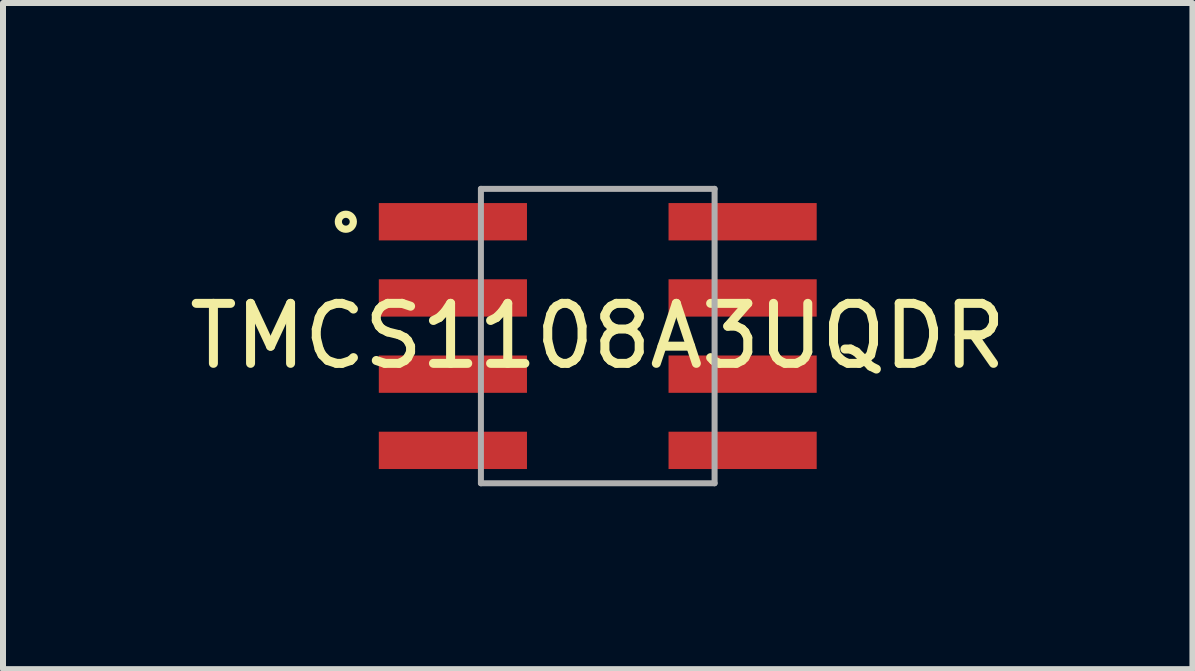
<source format=kicad_pcb>
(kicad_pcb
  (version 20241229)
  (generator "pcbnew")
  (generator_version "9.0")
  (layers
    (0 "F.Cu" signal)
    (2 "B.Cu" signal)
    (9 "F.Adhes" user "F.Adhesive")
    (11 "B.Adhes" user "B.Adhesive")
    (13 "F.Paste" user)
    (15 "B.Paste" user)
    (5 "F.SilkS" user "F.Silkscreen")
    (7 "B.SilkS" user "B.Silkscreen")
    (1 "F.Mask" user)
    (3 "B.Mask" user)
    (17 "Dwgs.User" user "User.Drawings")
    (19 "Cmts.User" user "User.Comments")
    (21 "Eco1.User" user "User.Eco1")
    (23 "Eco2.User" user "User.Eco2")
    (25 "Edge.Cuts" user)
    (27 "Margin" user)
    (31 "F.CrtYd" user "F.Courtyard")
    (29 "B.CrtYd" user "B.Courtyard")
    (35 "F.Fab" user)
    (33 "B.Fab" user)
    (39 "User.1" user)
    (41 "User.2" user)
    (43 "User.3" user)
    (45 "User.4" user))
  (footprint "TMCS1108A3UQDR"
    (layer "F.Cu")
    (at 6.911 2.55)
    (property "Reference" "TMCS1108A3UQDR" (at 0 0 0) (layer "F.SilkS") (effects (font (size 1 1) (thickness 0.15))))
    (attr through_hole)
    (fp_circle (center -4.198 -1.905) (end -4.073 -1.905) (stroke (width 0.12) (type solid)) (fill no) (layer "F.SilkS"))
    (fp_rect (start -3.7 -2.5) (end 3.7 2.5) (stroke (width 0.1) (type solid)) (fill no) (layer "Margin"))
    (fp_line (start -1.947 -2.453) (end 1.947 -2.453) (stroke (width 0.1) (type default)) (layer "F.Fab"))
    (fp_line (start -1.947 2.453) (end -1.947 -2.453) (stroke (width 0.1) (type solid)) (layer "F.Fab"))
    (fp_line (start 1.947 2.453) (end -1.947 2.453) (stroke (width 0.1) (type default)) (layer "F.Fab"))
    (fp_line (start 1.947 2.453) (end 1.947 -2.453) (stroke (width 0.1) (type solid)) (layer "F.Fab"))
    (pad "1" smd rect (at -2.414 -1.905) (size 2.469 0.622) (layers "F.Cu" "F.Mask" "F.Paste"))
    (pad "2" smd rect (at -2.414 -0.635) (size 2.469 0.622) (layers "F.Cu" "F.Mask" "F.Paste"))
    (pad "3" smd rect (at -2.414 0.635) (size 2.469 0.622) (layers "F.Cu" "F.Mask" "F.Paste"))
    (pad "4" smd rect (at -2.414 1.905) (size 2.469 0.622) (layers "F.Cu" "F.Mask" "F.Paste"))
    (pad "5" smd rect (at 2.414 1.905) (size 2.469 0.622) (layers "F.Cu" "F.Mask" "F.Paste"))
    (pad "6" smd rect (at 2.414 0.635) (size 2.469 0.622) (layers "F.Cu" "F.Mask" "F.Paste"))
    (pad "7" smd rect (at 2.414 -0.635) (size 2.469 0.622) (layers "F.Cu" "F.Mask" "F.Paste"))
    (pad "8" smd rect (at 2.414 -1.905) (size 2.469 0.622) (layers "F.Cu" "F.Mask" "F.Paste")))
  (gr_rect
    (start -3 -3)
    (end 16.821 8.1)
    (stroke (width 0.1) (type default))
    (fill no)
    (layer "Edge.Cuts")))
</source>
